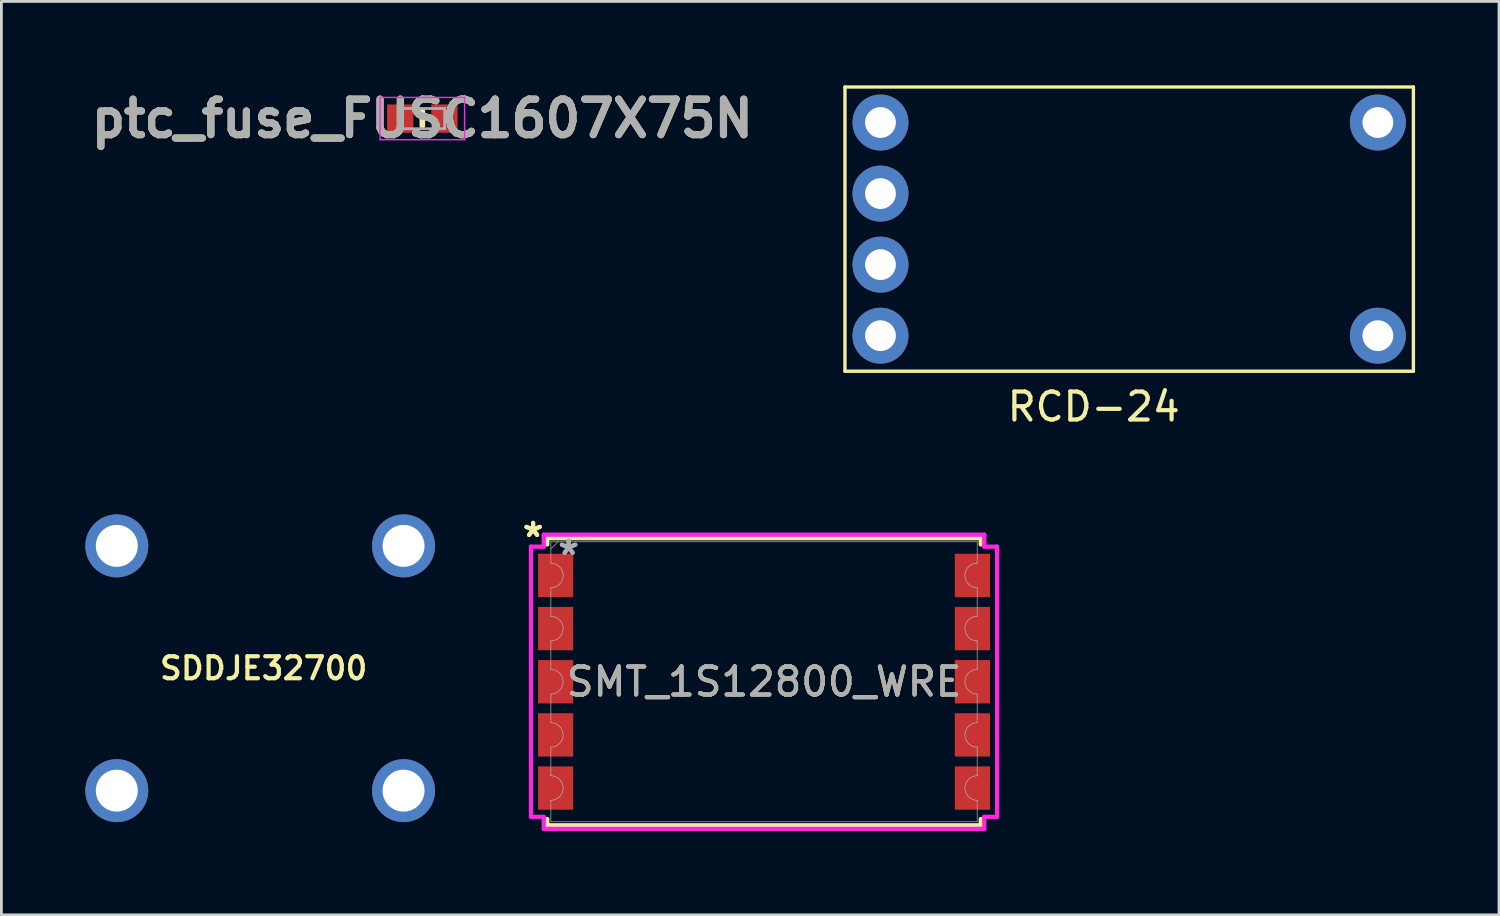
<source format=kicad_pcb>
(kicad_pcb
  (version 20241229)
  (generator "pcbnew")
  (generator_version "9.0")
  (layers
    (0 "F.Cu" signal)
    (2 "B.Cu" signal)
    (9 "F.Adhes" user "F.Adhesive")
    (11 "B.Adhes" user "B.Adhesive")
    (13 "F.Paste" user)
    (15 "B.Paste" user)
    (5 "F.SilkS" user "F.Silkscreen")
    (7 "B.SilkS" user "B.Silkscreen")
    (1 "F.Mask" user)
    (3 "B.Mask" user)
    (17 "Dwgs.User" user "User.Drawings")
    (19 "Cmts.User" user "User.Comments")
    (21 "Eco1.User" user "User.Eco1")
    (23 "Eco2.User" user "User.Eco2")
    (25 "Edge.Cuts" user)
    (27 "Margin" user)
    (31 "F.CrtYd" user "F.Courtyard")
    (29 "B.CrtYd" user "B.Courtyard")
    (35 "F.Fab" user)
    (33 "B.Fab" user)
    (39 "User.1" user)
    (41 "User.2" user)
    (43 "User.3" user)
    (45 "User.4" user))
  (footprint "SDDJE32700"
    (layer "F.Cu")
    (at 6.375 20.838)
    (property "Reference" "SDDJE32700" (at 0 0 0) (layer "F.SilkS") (effects (font (size 0.787 0.787) (thickness 0.15))))
    (attr through_hole)
    (pad "1" thru_hole circle (at -5.25 -4.375) (size 2.25 2.25) (drill 1.5) (layers "*.Cu" "*.Mask"))
    (pad "2" thru_hole circle (at 5 -4.375) (size 2.25 2.25) (drill 1.5) (layers "*.Cu" "*.Mask"))
    (pad "3" thru_hole circle (at -5.25 4.375) (size 2.25 2.25) (drill 1.5) (layers "*.Cu" "*.Mask"))
    (pad "4" thru_hole circle (at 5 4.375) (size 2.25 2.25) (drill 1.5) (layers "*.Cu" "*.Mask")))
  (footprint "RCD-24"
    (layer "F.Cu")
    (at 28.424 8.95)
    (property "Reference" "RCD-24" (at 7.62 2.54 0) (layer "F.SilkS") (effects (font (size 1 1) (thickness 0.15))))
    (attr through_hole)
    (fp_line (start -1.27 -8.89) (end -1.27 1.27) (stroke (width 0.12) (type solid)) (layer "F.SilkS"))
    (fp_line (start -1.27 1.27) (end 19.05 1.27) (stroke (width 0.12) (type solid)) (layer "F.SilkS"))
    (fp_line (start 19.05 -8.89) (end -1.27 -8.89) (stroke (width 0.12) (type solid)) (layer "F.SilkS"))
    (fp_line (start 19.05 1.27) (end 19.05 -8.89) (stroke (width 0.12) (type solid)) (layer "F.SilkS"))
    (pad "1" thru_hole circle (at 0 -7.62) (size 2 2) (drill 1.1) (layers "*.Cu" "*.Mask"))
    (pad "2" thru_hole circle (at 0 -5.08) (size 2 2) (drill 1.1) (layers "*.Cu" "*.Mask"))
    (pad "3" thru_hole circle (at 0 -2.54) (size 2 2) (drill 1.1) (layers "*.Cu" "*.Mask"))
    (pad "4" thru_hole circle (at 0 0) (size 2 2) (drill 1.1) (layers "*.Cu" "*.Mask"))
    (pad "5" thru_hole circle (at 17.78 0) (size 2 2) (drill 1.1) (layers "*.Cu" "*.Mask"))
    (pad "6" thru_hole circle (at 17.78 -7.62) (size 2 2) (drill 1.1) (layers "*.Cu" "*.Mask")))
  (footprint "SMT_1S12800_WRE"
    (layer "F.Cu")
    (at 24.261 21.32)
    (property "Reference" "SMT_1S12800_WRE" (at 0 0 0) (unlocked yes) (layer "F.SilkS") (effects (font (size 1 1) (thickness 0.15))))
    (attr smd)
    (fp_line (start -7.747 -5.131) (end 7.747 -5.131) (stroke (width 0.152) (type solid)) (layer "F.SilkS"))
    (fp_line (start -7.747 -4.907) (end -7.747 -5.131) (stroke (width 0.152) (type solid)) (layer "F.SilkS"))
    (fp_line (start -7.747 4.907) (end -7.747 5.131) (stroke (width 0.152) (type solid)) (layer "F.SilkS"))
    (fp_line (start -7.747 5.131) (end 7.747 5.131) (stroke (width 0.152) (type solid)) (layer "F.SilkS"))
    (fp_line (start 7.747 -4.907) (end 7.747 -5.131) (stroke (width 0.152) (type solid)) (layer "F.SilkS"))
    (fp_line (start 7.747 4.907) (end 7.747 5.131) (stroke (width 0.152) (type solid)) (layer "F.SilkS"))
    (fp_line (start -8.331 -4.829) (end -7.874 -4.829) (stroke (width 0.152) (type solid)) (layer "F.CrtYd"))
    (fp_line (start -8.331 4.829) (end -8.331 -4.829) (stroke (width 0.152) (type solid)) (layer "F.CrtYd"))
    (fp_line (start -8.331 4.829) (end -7.874 4.829) (stroke (width 0.152) (type solid)) (layer "F.CrtYd"))
    (fp_line (start -7.874 -5.258) (end 7.874 -5.258) (stroke (width 0.152) (type solid)) (layer "F.CrtYd"))
    (fp_line (start -7.874 -4.829) (end -7.874 -5.258) (stroke (width 0.152) (type solid)) (layer "F.CrtYd"))
    (fp_line (start -7.874 5.258) (end -7.874 4.829) (stroke (width 0.152) (type solid)) (layer "F.CrtYd"))
    (fp_line (start 7.874 -5.258) (end 7.874 -4.829) (stroke (width 0.152) (type solid)) (layer "F.CrtYd"))
    (fp_line (start 7.874 4.829) (end 7.874 5.258) (stroke (width 0.152) (type solid)) (layer "F.CrtYd"))
    (fp_line (start 7.874 5.258) (end -7.874 5.258) (stroke (width 0.152) (type solid)) (layer "F.CrtYd"))
    (fp_line (start 8.331 -4.829) (end 7.874 -4.829) (stroke (width 0.152) (type solid)) (layer "F.CrtYd"))
    (fp_line (start 8.331 -4.829) (end 8.331 4.829) (stroke (width 0.152) (type solid)) (layer "F.CrtYd"))
    (fp_line (start 8.331 4.829) (end 7.874 4.829) (stroke (width 0.152) (type solid)) (layer "F.CrtYd"))
    (fp_line (start -7.62 -5.004) (end 7.62 -5.004) (stroke (width 0.025) (type solid)) (layer "F.Fab"))
    (fp_line (start -7.62 -4.238) (end -7.62 -5.004) (stroke (width 0.025) (type solid)) (layer "F.Fab"))
    (fp_line (start -7.62 -3.362) (end -7.62 -2.338) (stroke (width 0.025) (type solid)) (layer "F.Fab"))
    (fp_line (start -7.62 -1.462) (end -7.62 -0.438) (stroke (width 0.025) (type solid)) (layer "F.Fab"))
    (fp_line (start -7.62 0.438) (end -7.62 1.462) (stroke (width 0.025) (type solid)) (layer "F.Fab"))
    (fp_line (start -7.62 2.338) (end -7.62 3.362) (stroke (width 0.025) (type solid)) (layer "F.Fab"))
    (fp_line (start -7.62 4.238) (end -7.62 5.004) (stroke (width 0.025) (type solid)) (layer "F.Fab"))
    (fp_line (start -7.62 5.004) (end 7.62 5.004) (stroke (width 0.025) (type solid)) (layer "F.Fab"))
    (fp_line (start -7.366 -5.004) (end -7.62 -4.75) (stroke (width 0.025) (type solid)) (layer "F.Fab"))
    (fp_line (start 7.62 -4.238) (end 7.62 -5.004) (stroke (width 0.025) (type solid)) (layer "F.Fab"))
    (fp_line (start 7.62 -3.362) (end 7.62 -2.338) (stroke (width 0.025) (type solid)) (layer "F.Fab"))
    (fp_line (start 7.62 -1.462) (end 7.62 -0.438) (stroke (width 0.025) (type solid)) (layer "F.Fab"))
    (fp_line (start 7.62 0.438) (end 7.62 1.462) (stroke (width 0.025) (type solid)) (layer "F.Fab"))
    (fp_line (start 7.62 2.338) (end 7.62 3.362) (stroke (width 0.025) (type solid)) (layer "F.Fab"))
    (fp_line (start 7.62 4.238) (end 7.62 5.004) (stroke (width 0.025) (type solid)) (layer "F.Fab"))
    (fp_arc (start -7.62 -4.23815) (mid -7.18185 -3.8) (end -7.62 -3.36185) (stroke (width 0.0254) (type solid)) (layer "F.Fab"))
    (fp_arc (start -7.62 -2.338149) (mid -7.18185 -1.899999) (end -7.62 -1.461849) (stroke (width 0.0254) (type solid)) (layer "F.Fab"))
    (fp_arc (start -7.62 -0.43815) (mid -7.18185 0) (end -7.62 0.43815) (stroke (width 0.0254) (type solid)) (layer "F.Fab"))
    (fp_arc (start -7.62 1.461849) (mid -7.18185 1.899999) (end -7.62 2.338149) (stroke (width 0.0254) (type solid)) (layer "F.Fab"))
    (fp_arc (start -7.62 3.36185) (mid -7.18185 3.8) (end -7.62 4.23815) (stroke (width 0.0254) (type solid)) (layer "F.Fab"))
    (fp_arc (start 7.62 -3.36185) (mid 7.18185 -3.8) (end 7.62 -4.23815) (stroke (width 0.0254) (type solid)) (layer "F.Fab"))
    (fp_arc (start 7.62 -1.461849) (mid 7.18185 -1.899999) (end 7.62 -2.338149) (stroke (width 0.0254) (type solid)) (layer "F.Fab"))
    (fp_arc (start 7.62 0.43815) (mid 7.18185 0) (end 7.62 -0.43815) (stroke (width 0.0254) (type solid)) (layer "F.Fab"))
    (fp_arc (start 7.62 2.338149) (mid 7.18185 1.899999) (end 7.62 1.461849) (stroke (width 0.0254) (type solid)) (layer "F.Fab"))
    (fp_arc (start 7.62 4.23815) (mid 7.18185 3.8) (end 7.62 3.36185) (stroke (width 0.0254) (type solid)) (layer "F.Fab"))
    (fp_text user "*" (at -8.255 -5.133 0) (unlocked yes) (layer "F.SilkS") (effects (font (size 1 1) (thickness 0.15))))
    (fp_text user "*" (at -8.255 -5.133 0) (layer "F.SilkS") (effects (font (size 1 1) (thickness 0.15))))
    (fp_text user "*" (at -6.985 -4.496 0) (layer "F.Fab") (effects (font (size 1 1) (thickness 0.15))))
    (fp_text user "*" (at -6.985 -4.496 0) (unlocked yes) (layer "F.Fab") (effects (font (size 1 1) (thickness 0.15))))
    (fp_text user "${REFERENCE}" (at 0 0 0) (unlocked yes) (layer "F.Fab") (effects (font (size 1 1) (thickness 0.15))))
    (pad "1" smd rect (at -7.449 -3.8) (size 1.257 1.549) (layers "F.Cu" "F.Mask" "F.Paste"))
    (pad "2" smd rect (at -7.449 -1.9) (size 1.257 1.549) (layers "F.Cu" "F.Mask" "F.Paste"))
    (pad "3" smd rect (at -7.449 0) (size 1.257 1.549) (layers "F.Cu" "F.Mask" "F.Paste"))
    (pad "4" smd rect (at -7.449 1.9) (size 1.257 1.549) (layers "F.Cu" "F.Mask" "F.Paste"))
    (pad "5" smd rect (at -7.449 3.8) (size 1.257 1.549) (layers "F.Cu" "F.Mask" "F.Paste"))
    (pad "6" smd rect (at 7.449 3.8) (size 1.257 1.549) (layers "F.Cu" "F.Mask" "F.Paste"))
    (pad "7" smd rect (at 7.449 1.9) (size 1.257 1.549) (layers "F.Cu" "F.Mask" "F.Paste"))
    (pad "8" smd rect (at 7.449 0) (size 1.257 1.549) (layers "F.Cu" "F.Mask" "F.Paste"))
    (pad "9" smd rect (at 7.449 -1.9) (size 1.257 1.549) (layers "F.Cu" "F.Mask" "F.Paste"))
    (pad "10" smd rect (at 7.449 -3.8) (size 1.257 1.549) (layers "F.Cu" "F.Mask" "F.Paste")))
  (footprint "ptc_fuse_FUSC1607X75N"
    (layer "F.Cu")
    (at 12.047 1.189)
    (property "Reference" "ptc_fuse_FUSC1607X75N" (at 0 0 0) (layer "F.SilkS") (effects (font (size 1.27 1.27) (thickness 0.254))))
    (attr smd)
    (fp_line (start 0 -0.262) (end 0 0.262) (stroke (width 0.2) (type solid)) (layer "F.SilkS"))
    (fp_line (start -1.51 -0.755) (end 1.51 -0.755) (stroke (width 0.05) (type solid)) (layer "F.CrtYd"))
    (fp_line (start -1.51 0.755) (end -1.51 -0.755) (stroke (width 0.05) (type solid)) (layer "F.CrtYd"))
    (fp_line (start 1.51 -0.755) (end 1.51 0.755) (stroke (width 0.05) (type solid)) (layer "F.CrtYd"))
    (fp_line (start 1.51 0.755) (end -1.51 0.755) (stroke (width 0.05) (type solid)) (layer "F.CrtYd"))
    (fp_line (start -0.8 -0.362) (end 0.8 -0.362) (stroke (width 0.1) (type solid)) (layer "F.Fab"))
    (fp_line (start -0.8 0.362) (end -0.8 -0.362) (stroke (width 0.1) (type solid)) (layer "F.Fab"))
    (fp_line (start 0.8 -0.362) (end 0.8 0.362) (stroke (width 0.1) (type solid)) (layer "F.Fab"))
    (fp_line (start 0.8 0.362) (end -0.8 0.362) (stroke (width 0.1) (type solid)) (layer "F.Fab"))
    (fp_text user "${REFERENCE}" (at 0 0 0) (layer "F.Fab") (effects (font (size 1.27 1.27) (thickness 0.254))))
    (pad "1" smd rect (at -0.79 0) (size 0.94 1.01) (layers "F.Cu" "F.Mask" "F.Paste"))
    (pad "2" smd rect (at 0.79 0) (size 0.94 1.01) (layers "F.Cu" "F.Mask" "F.Paste")))
  (gr_rect
    (start -3 -3)
    (end 50.534 29.654)
    (stroke (width 0.1) (type default))
    (fill no)
    (layer "Edge.Cuts")))
</source>
